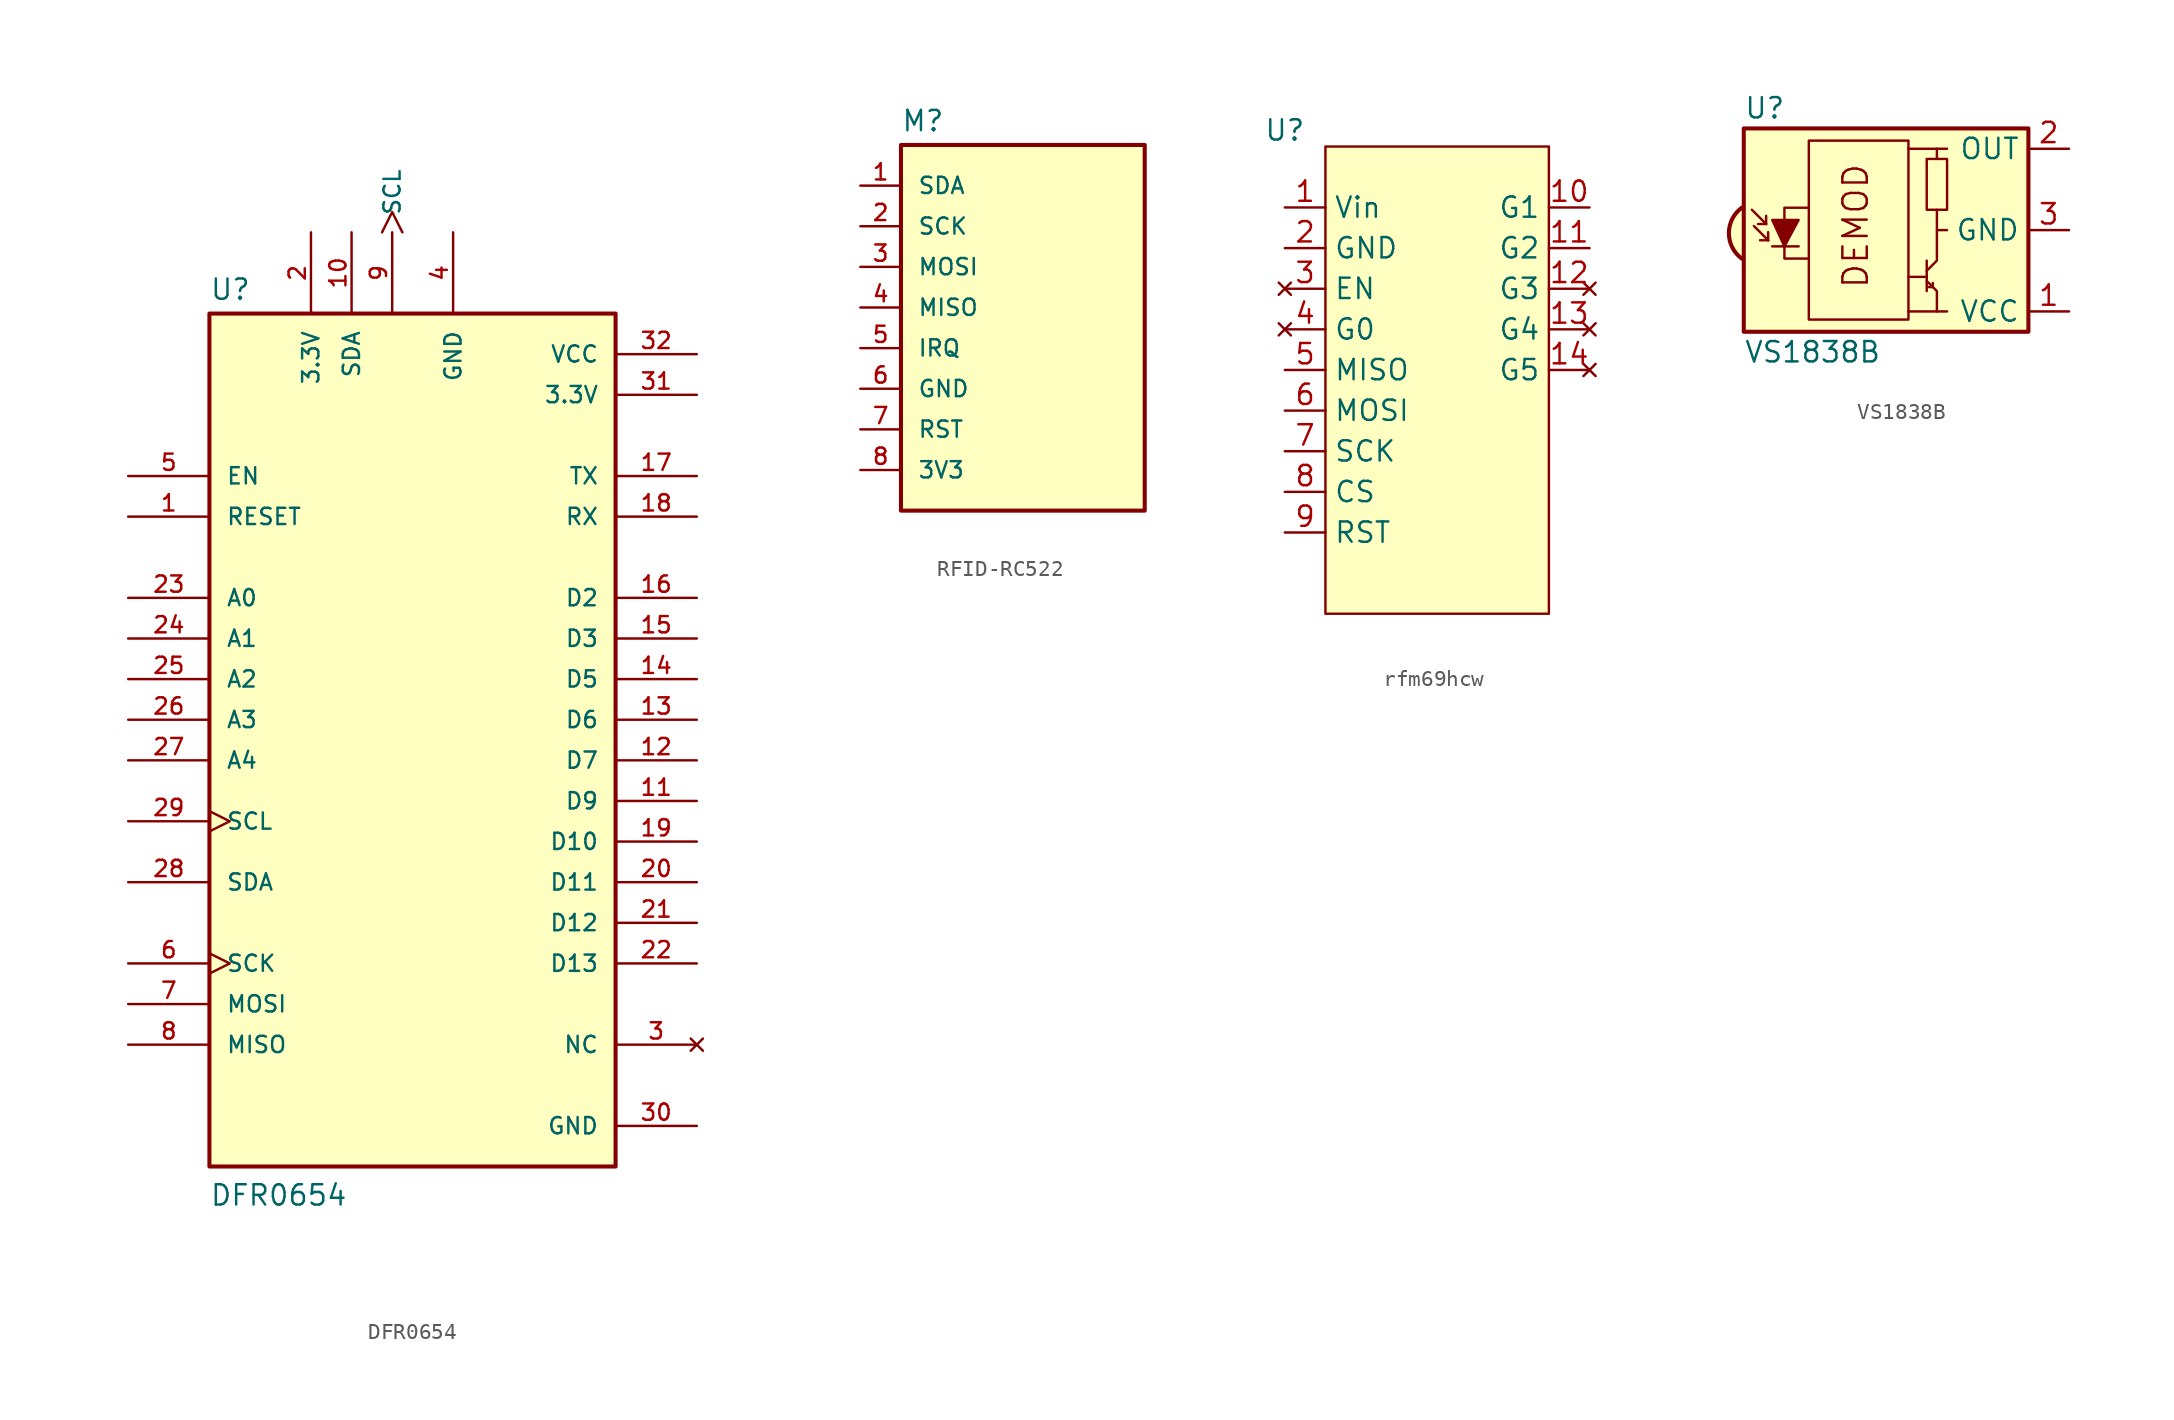
<source format=kicad_sym>
(kicad_symbol_lib
  (version 20231120)
  (generator "kicad_symbol_editor")
  (generator_version "8.0")
  (symbol "DFR0654"
    (pin_names
      (offset 1.016))
    (property "Reference" "U"
      (at -12.7 26.162 0)
      (effects (font (size 1.27 1.27)) (justify left bottom)))
    (property "Value" "DFR0654"
      (at -12.7 -30.48 0)
      (effects (font (size 1.27 1.27)) (justify left bottom)))
    (symbol "DFR0654_0_0"
      (rectangle (start -12.7 -27.94) (end 12.7 25.4) (stroke (width 0.254) (type default)) (fill (type background)))
      (pin input line (at -17.78 12.7 0) (length 5.08) (name "RESET" (effects (font (size 1.016 1.016)))) (number "1" (effects (font (size 1.016 1.016)))))
      (pin bidirectional line (at -3.81 30.48 270) (length 5.08) (name "SDA" (effects (font (size 1.016 1.016)))) (number "10" (effects (font (size 1.016 1.016)))))
      (pin bidirectional line (at 17.78 -5.08 180) (length 5.08) (name "D9" (effects (font (size 1.016 1.016)))) (number "11" (effects (font (size 1.016 1.016)))))
      (pin bidirectional line (at 17.78 -2.54 180) (length 5.08) (name "D7" (effects (font (size 1.016 1.016)))) (number "12" (effects (font (size 1.016 1.016)))))
      (pin bidirectional line (at 17.78 0 180) (length 5.08) (name "D6" (effects (font (size 1.016 1.016)))) (number "13" (effects (font (size 1.016 1.016)))))
      (pin bidirectional line (at 17.78 2.54 180) (length 5.08) (name "D5" (effects (font (size 1.016 1.016)))) (number "14" (effects (font (size 1.016 1.016)))))
      (pin bidirectional line (at 17.78 5.08 180) (length 5.08) (name "D3" (effects (font (size 1.016 1.016)))) (number "15" (effects (font (size 1.016 1.016)))))
      (pin bidirectional line (at 17.78 7.62 180) (length 5.08) (name "D2" (effects (font (size 1.016 1.016)))) (number "16" (effects (font (size 1.016 1.016)))))
      (pin output line (at 17.78 15.24 180) (length 5.08) (name "TX" (effects (font (size 1.016 1.016)))) (number "17" (effects (font (size 1.016 1.016)))))
      (pin input line (at 17.78 12.7 180) (length 5.08) (name "RX" (effects (font (size 1.016 1.016)))) (number "18" (effects (font (size 1.016 1.016)))))
      (pin bidirectional line (at 17.78 -7.62 180) (length 5.08) (name "D10" (effects (font (size 1.016 1.016)))) (number "19" (effects (font (size 1.016 1.016)))))
      (pin power_in line (at -6.35 30.48 270) (length 5.08) (name "3.3V" (effects (font (size 1.016 1.016)))) (number "2" (effects (font (size 1.016 1.016)))))
      (pin bidirectional line (at 17.78 -10.16 180) (length 5.08) (name "D11" (effects (font (size 1.016 1.016)))) (number "20" (effects (font (size 1.016 1.016)))))
      (pin bidirectional line (at 17.78 -12.7 180) (length 5.08) (name "D12" (effects (font (size 1.016 1.016)))) (number "21" (effects (font (size 1.016 1.016)))))
      (pin bidirectional line (at 17.78 -15.24 180) (length 5.08) (name "D13" (effects (font (size 1.016 1.016)))) (number "22" (effects (font (size 1.016 1.016)))))
      (pin input line (at -17.78 7.62 0) (length 5.08) (name "A0" (effects (font (size 1.016 1.016)))) (number "23" (effects (font (size 1.016 1.016)))))
      (pin input line (at -17.78 5.08 0) (length 5.08) (name "A1" (effects (font (size 1.016 1.016)))) (number "24" (effects (font (size 1.016 1.016)))))
      (pin input line (at -17.78 2.54 0) (length 5.08) (name "A2" (effects (font (size 1.016 1.016)))) (number "25" (effects (font (size 1.016 1.016)))))
      (pin input line (at -17.78 0 0) (length 5.08) (name "A3" (effects (font (size 1.016 1.016)))) (number "26" (effects (font (size 1.016 1.016)))))
      (pin input line (at -17.78 -2.54 0) (length 5.08) (name "A4" (effects (font (size 1.016 1.016)))) (number "27" (effects (font (size 1.016 1.016)))))
      (pin bidirectional line (at -17.78 -10.16 0) (length 5.08) (name "SDA" (effects (font (size 1.016 1.016)))) (number "28" (effects (font (size 1.016 1.016)))))
      (pin input clock (at -17.78 -6.35 0) (length 5.08) (name "SCL" (effects (font (size 1.016 1.016)))) (number "29" (effects (font (size 1.016 1.016)))))
      (pin no_connect line (at 17.78 -20.32 180) (length 5.08) (name "NC" (effects (font (size 1.016 1.016)))) (number "3" (effects (font (size 1.016 1.016)))))
      (pin power_in line (at 17.78 -25.4 180) (length 5.08) (name "GND" (effects (font (size 1.016 1.016)))) (number "30" (effects (font (size 1.016 1.016)))))
      (pin power_in line (at 17.78 20.32 180) (length 5.08) (name "3.3V" (effects (font (size 1.016 1.016)))) (number "31" (effects (font (size 1.016 1.016)))))
      (pin power_in line (at 17.78 22.86 180) (length 5.08) (name "VCC" (effects (font (size 1.016 1.016)))) (number "32" (effects (font (size 1.016 1.016)))))
      (pin power_in line (at 2.54 30.48 270) (length 5.08) (name "GND" (effects (font (size 1.016 1.016)))) (number "4" (effects (font (size 1.016 1.016)))))
      (pin input line (at -17.78 15.24 0) (length 5.08) (name "EN" (effects (font (size 1.016 1.016)))) (number "5" (effects (font (size 1.016 1.016)))))
      (pin input clock (at -17.78 -15.24 0) (length 5.08) (name "SCK" (effects (font (size 1.016 1.016)))) (number "6" (effects (font (size 1.016 1.016)))))
      (pin input line (at -17.78 -17.78 0) (length 5.08) (name "MOSI" (effects (font (size 1.016 1.016)))) (number "7" (effects (font (size 1.016 1.016)))))
      (pin output line (at -17.78 -20.32 0) (length 5.08) (name "MISO" (effects (font (size 1.016 1.016)))) (number "8" (effects (font (size 1.016 1.016)))))
      (pin input clock (at -1.27 25.4 90) (length 5.08) (name "SCL" (effects (font (size 1.016 1.016)))) (number "9" (effects (font (size 1.016 1.016)))))))
  (symbol "RFID-RC522"
    (pin_names
      (offset 1.016))
    (property "Reference" "M"
      (at -7.62 10.922 0)
      (effects (font (size 1.27 1.27)) (justify left bottom)))
    (symbol "RFID-RC522_0_0"
      (rectangle (start -7.62 -12.7) (end 7.62 10.16) (stroke (width 0.254) (type default)) (fill (type background)))
      (pin bidirectional line (at -10.16 7.62 0) (length 2.54) (name "SDA" (effects (font (size 1.016 1.016)))) (number "1" (effects (font (size 1.016 1.016)))))
      (pin bidirectional line (at -10.16 5.08 0) (length 2.54) (name "SCK" (effects (font (size 1.016 1.016)))) (number "2" (effects (font (size 1.016 1.016)))))
      (pin bidirectional line (at -10.16 2.54 0) (length 2.54) (name "MOSI" (effects (font (size 1.016 1.016)))) (number "3" (effects (font (size 1.016 1.016)))))
      (pin bidirectional line (at -10.16 0 0) (length 2.54) (name "MISO" (effects (font (size 1.016 1.016)))) (number "4" (effects (font (size 1.016 1.016)))))
      (pin bidirectional line (at -10.16 -2.54 0) (length 2.54) (name "IRQ" (effects (font (size 1.016 1.016)))) (number "5" (effects (font (size 1.016 1.016)))))
      (pin bidirectional line (at -10.16 -5.08 0) (length 2.54) (name "GND" (effects (font (size 1.016 1.016)))) (number "6" (effects (font (size 1.016 1.016)))))
      (pin bidirectional line (at -10.16 -7.62 0) (length 2.54) (name "RST" (effects (font (size 1.016 1.016)))) (number "7" (effects (font (size 1.016 1.016)))))
      (pin bidirectional line (at -10.16 -10.16 0) (length 2.54) (name "3V3" (effects (font (size 1.016 1.016)))) (number "8" (effects (font (size 1.016 1.016)))))))
  (symbol "rfm69hcw"
    (property "Reference" "U"
      (at 0 4.826 0)
      (effects (font (size 1.27 1.27))))
    (property "Value" ""
      (at 0 0 0)
      (effects (font (size 1.27 1.27))))
    (symbol "rfm69hcw_0_0"
      (pin power_in line (at 0 0 0) (length 2.54) (name "Vin" (effects (font (size 1.27 1.27)))) (number "1" (effects (font (size 1.27 1.27)))))
      (pin unspecified line (at 19.05 0 180) (length 2.54) (name "G1" (effects (font (size 1.27 1.27)))) (number "10" (effects (font (size 1.27 1.27)))))
      (pin unspecified line (at 19.05 -2.54 180) (length 2.54) (name "G2" (effects (font (size 1.27 1.27)))) (number "11" (effects (font (size 1.27 1.27)))))
      (pin no_connect line (at 19.05 -5.08 180) (length 2.54) (name "G3" (effects (font (size 1.27 1.27)))) (number "12" (effects (font (size 1.27 1.27)))))
      (pin no_connect line (at 19.05 -7.62 180) (length 2.54) (name "G4" (effects (font (size 1.27 1.27)))) (number "13" (effects (font (size 1.27 1.27)))))
      (pin no_connect line (at 19.05 -10.16 180) (length 2.54) (name "G5" (effects (font (size 1.27 1.27)))) (number "14" (effects (font (size 1.27 1.27)))))
      (pin output line (at 0 -2.54 0) (length 2.54) (name "GND" (effects (font (size 1.27 1.27)))) (number "2" (effects (font (size 1.27 1.27)))))
      (pin no_connect line (at 0 -5.08 0) (length 2.54) (name "EN" (effects (font (size 1.27 1.27)))) (number "3" (effects (font (size 1.27 1.27)))))
      (pin no_connect line (at 0 -7.62 0) (length 2.54) (name "G0" (effects (font (size 1.27 1.27)))) (number "4" (effects (font (size 1.27 1.27)))))
      (pin bidirectional line (at 0 -10.16 0) (length 2.54) (name "MISO" (effects (font (size 1.27 1.27)))) (number "5" (effects (font (size 1.27 1.27)))))
      (pin bidirectional line (at 0 -12.7 0) (length 2.54) (name "MOSI" (effects (font (size 1.27 1.27)))) (number "6" (effects (font (size 1.27 1.27)))))
      (pin bidirectional line (at 0 -15.24 0) (length 2.54) (name "SCK" (effects (font (size 1.27 1.27)))) (number "7" (effects (font (size 1.27 1.27)))))
      (pin input line (at 0 -17.78 0) (length 2.54) (name "CS" (effects (font (size 1.27 1.27)))) (number "8" (effects (font (size 1.27 1.27)))))
      (pin input line (at 0 -20.32 0) (length 2.54) (name "RST" (effects (font (size 1.27 1.27)))) (number "9" (effects (font (size 1.27 1.27))))))
    (symbol "rfm69hcw_1_1"
      (rectangle (start 2.54 3.81) (end 16.51 -25.4) (stroke (width 0) (type default)) (fill (type background)))))
  (symbol "VS1838B"
    (property "Reference" "U"
      (at -10.16 7.62 0)
      (effects (font (size 1.27 1.27)) (justify left)))
    (property "Value" "VS1838B"
      (at -10.16 -7.62 0)
      (effects (font (size 1.27 1.27)) (justify left)))
    (symbol "VS1838B_0_0"
      (arc (start -10.287 1.397) (mid -11.0899 -0.1852) (end -10.287 -1.778) (stroke (width 0.254) (type default)) (fill (type background)))
      (polyline (pts (xy 1.905 -5.08) (xy 0.127 -5.08)) (stroke (width 0) (type default)) (fill (type none)))
      (polyline (pts (xy 1.905 5.08) (xy 0.127 5.08)) (stroke (width 0) (type default)) (fill (type none)))
      (text "DEMOD" (at -3.175 0.254 900) (effects (font (size 1.524 1.524)))))
    (symbol "VS1838B_0_1"
      (rectangle (start -6.096 5.588) (end 0.127 -5.588) (stroke (width 0) (type default)) (fill (type none)))
      (polyline (pts (xy -8.763 0.381) (xy -9.652 1.27)) (stroke (width 0) (type default)) (fill (type none)))
      (polyline (pts (xy -8.763 0.381) (xy -9.271 0.381)) (stroke (width 0) (type default)) (fill (type none)))
      (polyline (pts (xy -8.763 0.381) (xy -8.763 0.889)) (stroke (width 0) (type default)) (fill (type none)))
      (polyline (pts (xy -8.636 -0.635) (xy -9.525 0.254)) (stroke (width 0) (type default)) (fill (type none)))
      (polyline (pts (xy -8.636 -0.635) (xy -9.144 -0.635)) (stroke (width 0) (type default)) (fill (type none)))
      (polyline (pts (xy -8.636 -0.635) (xy -8.636 -0.127)) (stroke (width 0) (type default)) (fill (type none)))
      (polyline (pts (xy -8.382 -1.016) (xy -6.731 -1.016)) (stroke (width 0) (type default)) (fill (type none)))
      (polyline (pts (xy 1.27 -2.921) (xy 0.127 -2.921)) (stroke (width 0) (type default)) (fill (type none)))
      (polyline (pts (xy 1.27 -1.905) (xy 1.27 -3.81)) (stroke (width 0) (type default)) (fill (type none)))
      (polyline (pts (xy 1.397 -3.556) (xy 1.524 -3.556)) (stroke (width 0) (type default)) (fill (type none)))
      (polyline (pts (xy 1.651 -3.556) (xy 1.524 -3.556)) (stroke (width 0) (type default)) (fill (type none)))
      (polyline (pts (xy 1.651 -3.556) (xy 1.651 -3.302)) (stroke (width 0) (type default)) (fill (type none)))
      (polyline (pts (xy 1.905 0) (xy 1.905 1.27)) (stroke (width 0) (type default)) (fill (type none)))
      (polyline (pts (xy 1.905 4.445) (xy 1.905 5.08) (xy 2.54 5.08)) (stroke (width 0) (type default)) (fill (type none)))
      (polyline (pts (xy -8.382 0.635) (xy -6.731 0.635) (xy -7.62 -1.016) (xy -8.382 0.635)) (stroke (width 0) (type default)) (fill (type outline)))
      (polyline (pts (xy -6.096 1.397) (xy -7.62 1.397) (xy -7.62 -1.778) (xy -6.096 -1.778)) (stroke (width 0) (type default)) (fill (type none)))
      (polyline (pts (xy 1.27 -3.175) (xy 1.905 -3.81) (xy 1.905 -5.08) (xy 2.54 -5.08)) (stroke (width 0) (type default)) (fill (type none)))
      (polyline (pts (xy 1.27 -2.54) (xy 1.905 -1.905) (xy 1.905 0) (xy 2.54 0)) (stroke (width 0) (type default)) (fill (type none)))
      (rectangle (start 2.54 1.27) (end 1.27 4.445) (stroke (width 0) (type default)) (fill (type none)))
      (rectangle (start 7.62 6.35) (end -10.16 -6.35) (stroke (width 0.254) (type default)) (fill (type background))))
    (symbol "VS1838B_1_1"
      (pin power_in line (at 10.16 -5.08 180) (length 2.54) (name "VCC" (effects (font (size 1.27 1.27)))) (number "1" (effects (font (size 1.27 1.27)))))
      (pin output line (at 10.16 5.08 180) (length 2.54) (name "OUT" (effects (font (size 1.27 1.27)))) (number "2" (effects (font (size 1.27 1.27)))))
      (pin power_in line (at 10.16 0 180) (length 2.54) (name "GND" (effects (font (size 1.27 1.27)))) (number "3" (effects (font (size 1.27 1.27))))))))
</source>
